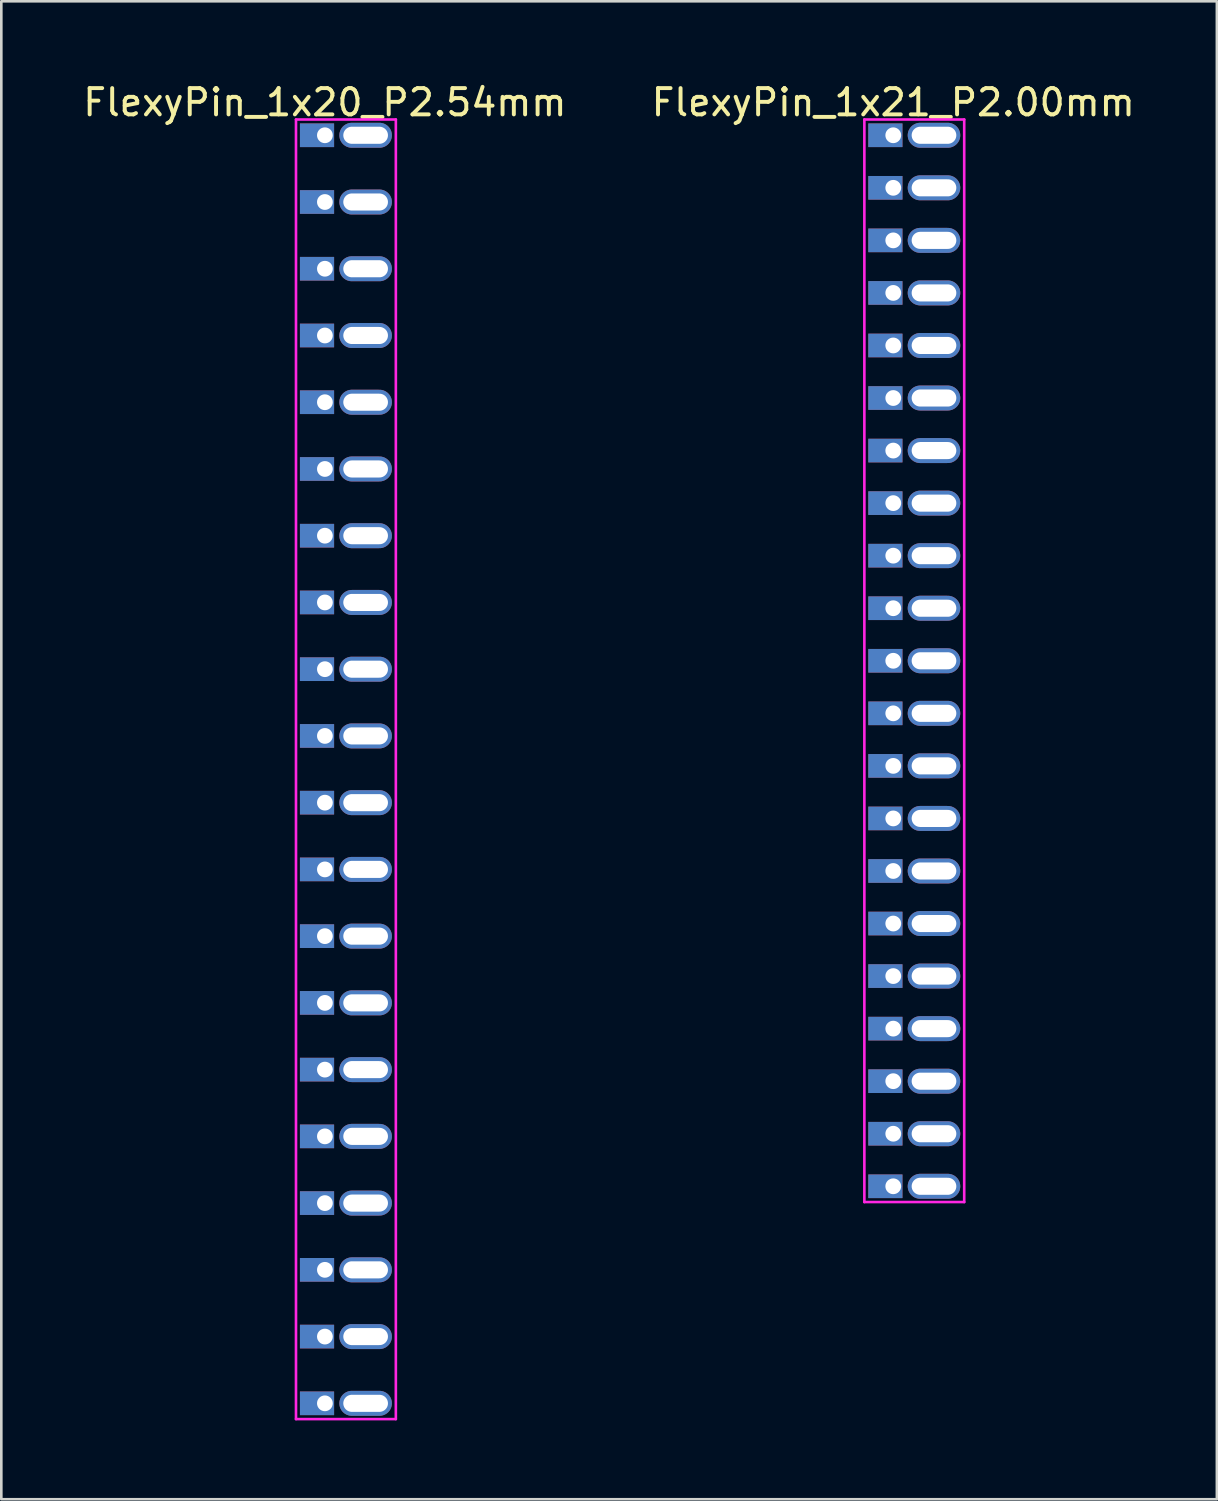
<source format=kicad_pcb>
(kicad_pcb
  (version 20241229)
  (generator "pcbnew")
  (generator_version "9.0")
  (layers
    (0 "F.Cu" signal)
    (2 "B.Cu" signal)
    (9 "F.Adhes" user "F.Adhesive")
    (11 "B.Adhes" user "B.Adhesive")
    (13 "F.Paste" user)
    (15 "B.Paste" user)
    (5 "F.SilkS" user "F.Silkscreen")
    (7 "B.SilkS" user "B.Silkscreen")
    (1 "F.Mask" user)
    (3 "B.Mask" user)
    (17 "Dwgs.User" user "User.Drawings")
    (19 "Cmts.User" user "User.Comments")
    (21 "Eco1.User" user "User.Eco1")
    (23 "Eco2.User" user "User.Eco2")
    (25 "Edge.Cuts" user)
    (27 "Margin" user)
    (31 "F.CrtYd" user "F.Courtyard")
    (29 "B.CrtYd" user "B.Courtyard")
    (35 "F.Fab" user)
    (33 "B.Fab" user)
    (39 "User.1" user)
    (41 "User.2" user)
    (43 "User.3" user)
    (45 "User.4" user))
  (footprint "FlexyPin_1x20_P2.54mm"
    (layer "F.Cu")
    (at 9.315 2.098)
    (property "Reference" "FlexyPin_1x20_P2.54mm" (at 0 -1.25 0) (layer "F.SilkS") (effects (font (size 1 1) (thickness 0.15))))
    (attr through_hole)
    (fp_line (start -1.1 -0.6) (end 2.7 -0.6) (stroke (width 0.1) (type solid)) (layer "F.CrtYd"))
    (fp_line (start -1.1 48.86) (end -1.1 -0.6) (stroke (width 0.1) (type solid)) (layer "F.CrtYd"))
    (fp_line (start 2.7 -0.6) (end 2.7 48.86) (stroke (width 0.1) (type solid)) (layer "F.CrtYd"))
    (fp_line (start 2.7 48.86) (end -1.1 48.86) (stroke (width 0.1) (type solid)) (layer "F.CrtYd"))
    (pad "" thru_hole oval (at 1.55 0) (size 2 0.95) (drill oval 1.7 0.65) (layers "*.Cu" "*.Mask"))
    (pad "" thru_hole oval (at 1.55 2.54) (size 2 0.95) (drill oval 1.7 0.65) (layers "*.Cu" "*.Mask"))
    (pad "" thru_hole oval (at 1.55 5.08) (size 2 0.95) (drill oval 1.7 0.65) (layers "*.Cu" "*.Mask"))
    (pad "" thru_hole oval (at 1.55 7.62) (size 2 0.95) (drill oval 1.7 0.65) (layers "*.Cu" "*.Mask"))
    (pad "" thru_hole oval (at 1.55 10.16) (size 2 0.95) (drill oval 1.7 0.65) (layers "*.Cu" "*.Mask"))
    (pad "" thru_hole oval (at 1.55 12.7) (size 2 0.95) (drill oval 1.7 0.65) (layers "*.Cu" "*.Mask"))
    (pad "" thru_hole oval (at 1.55 15.24) (size 2 0.95) (drill oval 1.7 0.65) (layers "*.Cu" "*.Mask"))
    (pad "" thru_hole oval (at 1.55 17.78) (size 2 0.95) (drill oval 1.7 0.65) (layers "*.Cu" "*.Mask"))
    (pad "" thru_hole oval (at 1.55 20.32) (size 2 0.95) (drill oval 1.7 0.65) (layers "*.Cu" "*.Mask"))
    (pad "" thru_hole oval (at 1.55 22.86) (size 2 0.95) (drill oval 1.7 0.65) (layers "*.Cu" "*.Mask"))
    (pad "" thru_hole oval (at 1.55 25.4) (size 2 0.95) (drill oval 1.7 0.65) (layers "*.Cu" "*.Mask"))
    (pad "" thru_hole oval (at 1.55 27.94) (size 2 0.95) (drill oval 1.7 0.65) (layers "*.Cu" "*.Mask"))
    (pad "" thru_hole oval (at 1.55 30.48) (size 2 0.95) (drill oval 1.7 0.65) (layers "*.Cu" "*.Mask"))
    (pad "" thru_hole oval (at 1.55 33.02) (size 2 0.95) (drill oval 1.7 0.65) (layers "*.Cu" "*.Mask"))
    (pad "" thru_hole oval (at 1.55 35.56) (size 2 0.95) (drill oval 1.7 0.65) (layers "*.Cu" "*.Mask"))
    (pad "" thru_hole oval (at 1.55 38.1) (size 2 0.95) (drill oval 1.7 0.65) (layers "*.Cu" "*.Mask"))
    (pad "" thru_hole oval (at 1.55 40.64) (size 2 0.95) (drill oval 1.7 0.65) (layers "*.Cu" "*.Mask"))
    (pad "" thru_hole oval (at 1.55 43.18) (size 2 0.95) (drill oval 1.7 0.65) (layers "*.Cu" "*.Mask"))
    (pad "" thru_hole oval (at 1.55 45.72) (size 2 0.95) (drill oval 1.7 0.65) (layers "*.Cu" "*.Mask"))
    (pad "" thru_hole oval (at 1.55 48.26) (size 2 0.95) (drill oval 1.7 0.65) (layers "*.Cu" "*.Mask"))
    (pad "1" thru_hole rect (at 0 0) (size 1.3 0.9) (drill 0.6 (offset -0.3 0)) (layers "*.Cu" "*.Mask"))
    (pad "2" thru_hole rect (at 0 2.54) (size 1.3 0.9) (drill 0.6 (offset -0.3 0)) (layers "*.Cu" "*.Mask"))
    (pad "3" thru_hole rect (at 0 5.08) (size 1.3 0.9) (drill 0.6 (offset -0.3 0)) (layers "*.Cu" "*.Mask"))
    (pad "4" thru_hole rect (at 0 7.62) (size 1.3 0.9) (drill 0.6 (offset -0.3 0)) (layers "*.Cu" "*.Mask"))
    (pad "5" thru_hole rect (at 0 10.16) (size 1.3 0.9) (drill 0.6 (offset -0.3 0)) (layers "*.Cu" "*.Mask"))
    (pad "6" thru_hole rect (at 0 12.7) (size 1.3 0.9) (drill 0.6 (offset -0.3 0)) (layers "*.Cu" "*.Mask"))
    (pad "7" thru_hole rect (at 0 15.24) (size 1.3 0.9) (drill 0.6 (offset -0.3 0)) (layers "*.Cu" "*.Mask"))
    (pad "8" thru_hole rect (at 0 17.78) (size 1.3 0.9) (drill 0.6 (offset -0.3 0)) (layers "*.Cu" "*.Mask"))
    (pad "9" thru_hole rect (at 0 20.32) (size 1.3 0.9) (drill 0.6 (offset -0.3 0)) (layers "*.Cu" "*.Mask"))
    (pad "10" thru_hole rect (at 0 22.86) (size 1.3 0.9) (drill 0.6 (offset -0.3 0)) (layers "*.Cu" "*.Mask"))
    (pad "11" thru_hole rect (at 0 25.4) (size 1.3 0.9) (drill 0.6 (offset -0.3 0)) (layers "*.Cu" "*.Mask"))
    (pad "12" thru_hole rect (at 0 27.94) (size 1.3 0.9) (drill 0.6 (offset -0.3 0)) (layers "*.Cu" "*.Mask"))
    (pad "13" thru_hole rect (at 0 30.48) (size 1.3 0.9) (drill 0.6 (offset -0.3 0)) (layers "*.Cu" "*.Mask"))
    (pad "14" thru_hole rect (at 0 33.02) (size 1.3 0.9) (drill 0.6 (offset -0.3 0)) (layers "*.Cu" "*.Mask"))
    (pad "15" thru_hole rect (at 0 35.56) (size 1.3 0.9) (drill 0.6 (offset -0.3 0)) (layers "*.Cu" "*.Mask"))
    (pad "16" thru_hole rect (at 0 38.1) (size 1.3 0.9) (drill 0.6 (offset -0.3 0)) (layers "*.Cu" "*.Mask"))
    (pad "17" thru_hole rect (at 0 40.64) (size 1.3 0.9) (drill 0.6 (offset -0.3 0)) (layers "*.Cu" "*.Mask"))
    (pad "18" thru_hole rect (at 0 43.18) (size 1.3 0.9) (drill 0.6 (offset -0.3 0)) (layers "*.Cu" "*.Mask"))
    (pad "19" thru_hole rect (at 0 45.72) (size 1.3 0.9) (drill 0.6 (offset -0.3 0)) (layers "*.Cu" "*.Mask"))
    (pad "20" thru_hole rect (at 0 48.26) (size 1.3 0.9) (drill 0.6 (offset -0.3 0)) (layers "*.Cu" "*.Mask")))
  (footprint "FlexyPin_1x21_P2.00mm"
    (layer "F.Cu")
    (at 30.946 2.098)
    (property "Reference" "FlexyPin_1x21_P2.00mm" (at 0 -1.25 0) (layer "F.SilkS") (effects (font (size 1 1) (thickness 0.15))))
    (attr through_hole)
    (fp_line (start -1.1 -0.6) (end 2.7 -0.6) (stroke (width 0.1) (type solid)) (layer "F.CrtYd"))
    (fp_line (start -1.1 40.6) (end -1.1 -0.6) (stroke (width 0.1) (type solid)) (layer "F.CrtYd"))
    (fp_line (start 2.7 -0.6) (end 2.7 40.6) (stroke (width 0.1) (type solid)) (layer "F.CrtYd"))
    (fp_line (start 2.7 40.6) (end -1.1 40.6) (stroke (width 0.1) (type solid)) (layer "F.CrtYd"))
    (pad "" thru_hole oval (at 1.55 0) (size 2 0.95) (drill oval 1.7 0.65) (layers "*.Cu" "*.Mask"))
    (pad "" thru_hole oval (at 1.55 2) (size 2 0.95) (drill oval 1.7 0.65) (layers "*.Cu" "*.Mask"))
    (pad "" thru_hole oval (at 1.55 4) (size 2 0.95) (drill oval 1.7 0.65) (layers "*.Cu" "*.Mask"))
    (pad "" thru_hole oval (at 1.55 6) (size 2 0.95) (drill oval 1.7 0.65) (layers "*.Cu" "*.Mask"))
    (pad "" thru_hole oval (at 1.55 8) (size 2 0.95) (drill oval 1.7 0.65) (layers "*.Cu" "*.Mask"))
    (pad "" thru_hole oval (at 1.55 10) (size 2 0.95) (drill oval 1.7 0.65) (layers "*.Cu" "*.Mask"))
    (pad "" thru_hole oval (at 1.55 12) (size 2 0.95) (drill oval 1.7 0.65) (layers "*.Cu" "*.Mask"))
    (pad "" thru_hole oval (at 1.55 14) (size 2 0.95) (drill oval 1.7 0.65) (layers "*.Cu" "*.Mask"))
    (pad "" thru_hole oval (at 1.55 16) (size 2 0.95) (drill oval 1.7 0.65) (layers "*.Cu" "*.Mask"))
    (pad "" thru_hole oval (at 1.55 18) (size 2 0.95) (drill oval 1.7 0.65) (layers "*.Cu" "*.Mask"))
    (pad "" thru_hole oval (at 1.55 20) (size 2 0.95) (drill oval 1.7 0.65) (layers "*.Cu" "*.Mask"))
    (pad "" thru_hole oval (at 1.55 22) (size 2 0.95) (drill oval 1.7 0.65) (layers "*.Cu" "*.Mask"))
    (pad "" thru_hole oval (at 1.55 24) (size 2 0.95) (drill oval 1.7 0.65) (layers "*.Cu" "*.Mask"))
    (pad "" thru_hole oval (at 1.55 26) (size 2 0.95) (drill oval 1.7 0.65) (layers "*.Cu" "*.Mask"))
    (pad "" thru_hole oval (at 1.55 28) (size 2 0.95) (drill oval 1.7 0.65) (layers "*.Cu" "*.Mask"))
    (pad "" thru_hole oval (at 1.55 30) (size 2 0.95) (drill oval 1.7 0.65) (layers "*.Cu" "*.Mask"))
    (pad "" thru_hole oval (at 1.55 32) (size 2 0.95) (drill oval 1.7 0.65) (layers "*.Cu" "*.Mask"))
    (pad "" thru_hole oval (at 1.55 34) (size 2 0.95) (drill oval 1.7 0.65) (layers "*.Cu" "*.Mask"))
    (pad "" thru_hole oval (at 1.55 36) (size 2 0.95) (drill oval 1.7 0.65) (layers "*.Cu" "*.Mask"))
    (pad "" thru_hole oval (at 1.55 38) (size 2 0.95) (drill oval 1.7 0.65) (layers "*.Cu" "*.Mask"))
    (pad "" thru_hole oval (at 1.55 40) (size 2 0.95) (drill oval 1.7 0.65) (layers "*.Cu" "*.Mask"))
    (pad "1" thru_hole rect (at 0 0) (size 1.3 0.9) (drill 0.6 (offset -0.3 0)) (layers "*.Cu" "*.Mask"))
    (pad "2" thru_hole rect (at 0 2) (size 1.3 0.9) (drill 0.6 (offset -0.3 0)) (layers "*.Cu" "*.Mask"))
    (pad "3" thru_hole rect (at 0 4) (size 1.3 0.9) (drill 0.6 (offset -0.3 0)) (layers "*.Cu" "*.Mask"))
    (pad "4" thru_hole rect (at 0 6) (size 1.3 0.9) (drill 0.6 (offset -0.3 0)) (layers "*.Cu" "*.Mask"))
    (pad "5" thru_hole rect (at 0 8) (size 1.3 0.9) (drill 0.6 (offset -0.3 0)) (layers "*.Cu" "*.Mask"))
    (pad "6" thru_hole rect (at 0 10) (size 1.3 0.9) (drill 0.6 (offset -0.3 0)) (layers "*.Cu" "*.Mask"))
    (pad "7" thru_hole rect (at 0 12) (size 1.3 0.9) (drill 0.6 (offset -0.3 0)) (layers "*.Cu" "*.Mask"))
    (pad "8" thru_hole rect (at 0 14) (size 1.3 0.9) (drill 0.6 (offset -0.3 0)) (layers "*.Cu" "*.Mask"))
    (pad "9" thru_hole rect (at 0 16) (size 1.3 0.9) (drill 0.6 (offset -0.3 0)) (layers "*.Cu" "*.Mask"))
    (pad "10" thru_hole rect (at 0 18) (size 1.3 0.9) (drill 0.6 (offset -0.3 0)) (layers "*.Cu" "*.Mask"))
    (pad "11" thru_hole rect (at 0 20) (size 1.3 0.9) (drill 0.6 (offset -0.3 0)) (layers "*.Cu" "*.Mask"))
    (pad "12" thru_hole rect (at 0 22) (size 1.3 0.9) (drill 0.6 (offset -0.3 0)) (layers "*.Cu" "*.Mask"))
    (pad "13" thru_hole rect (at 0 24) (size 1.3 0.9) (drill 0.6 (offset -0.3 0)) (layers "*.Cu" "*.Mask"))
    (pad "14" thru_hole rect (at 0 26) (size 1.3 0.9) (drill 0.6 (offset -0.3 0)) (layers "*.Cu" "*.Mask"))
    (pad "15" thru_hole rect (at 0 28) (size 1.3 0.9) (drill 0.6 (offset -0.3 0)) (layers "*.Cu" "*.Mask"))
    (pad "16" thru_hole rect (at 0 30) (size 1.3 0.9) (drill 0.6 (offset -0.3 0)) (layers "*.Cu" "*.Mask"))
    (pad "17" thru_hole rect (at 0 32) (size 1.3 0.9) (drill 0.6 (offset -0.3 0)) (layers "*.Cu" "*.Mask"))
    (pad "18" thru_hole rect (at 0 34) (size 1.3 0.9) (drill 0.6 (offset -0.3 0)) (layers "*.Cu" "*.Mask"))
    (pad "19" thru_hole rect (at 0 36) (size 1.3 0.9) (drill 0.6 (offset -0.3 0)) (layers "*.Cu" "*.Mask"))
    (pad "20" thru_hole rect (at 0 38) (size 1.3 0.9) (drill 0.6 (offset -0.3 0)) (layers "*.Cu" "*.Mask"))
    (pad "21" thru_hole rect (at 0 40) (size 1.3 0.9) (drill 0.6 (offset -0.3 0)) (layers "*.Cu" "*.Mask")))
  (gr_rect
    (start -3 -3)
    (end 43.262 54.008)
    (stroke (width 0.1) (type default))
    (fill no)
    (layer "Edge.Cuts")))
</source>
